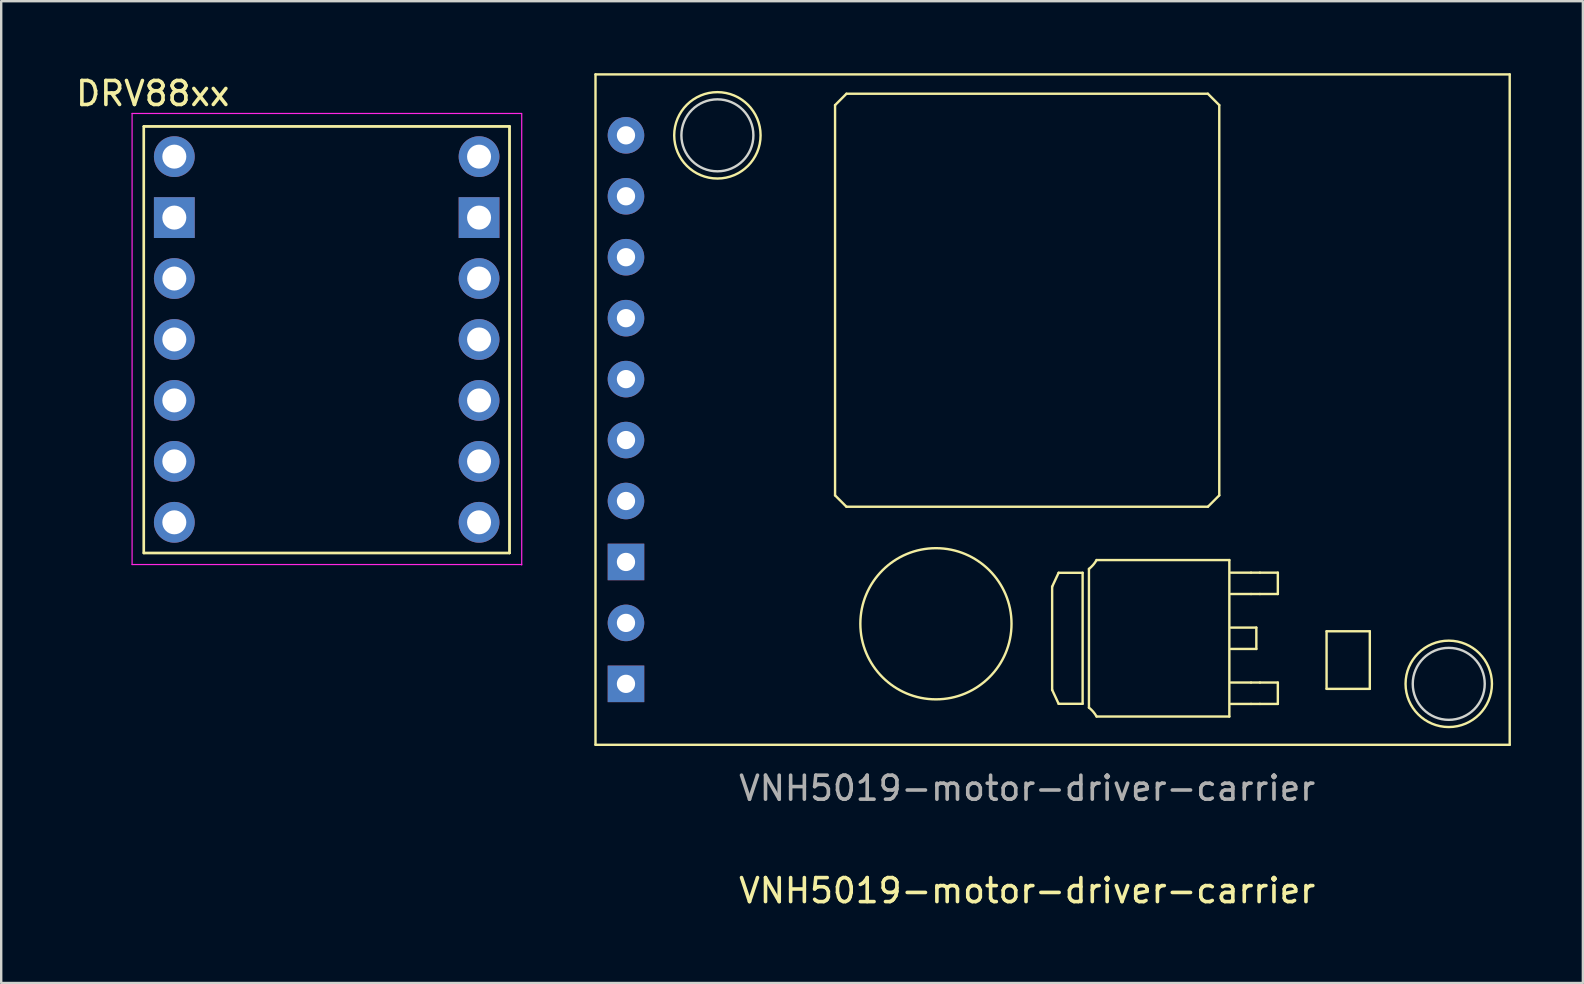
<source format=kicad_pcb>
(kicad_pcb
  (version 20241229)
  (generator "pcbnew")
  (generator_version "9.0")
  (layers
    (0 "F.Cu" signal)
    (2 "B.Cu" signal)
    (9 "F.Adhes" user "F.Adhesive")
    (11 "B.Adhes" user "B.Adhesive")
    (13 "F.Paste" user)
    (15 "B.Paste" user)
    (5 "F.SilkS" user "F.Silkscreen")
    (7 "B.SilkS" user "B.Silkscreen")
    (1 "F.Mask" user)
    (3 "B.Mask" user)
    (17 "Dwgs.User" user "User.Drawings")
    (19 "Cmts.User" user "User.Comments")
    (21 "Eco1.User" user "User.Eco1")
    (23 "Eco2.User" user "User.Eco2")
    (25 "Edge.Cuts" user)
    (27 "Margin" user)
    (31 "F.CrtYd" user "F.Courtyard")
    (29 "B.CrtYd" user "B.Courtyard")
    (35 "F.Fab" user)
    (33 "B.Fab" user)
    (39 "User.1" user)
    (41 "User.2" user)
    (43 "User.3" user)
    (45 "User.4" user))
  (footprint "DRV88xx"
    (layer "F.Cu")
    (at 10.565 11.098)
    (property "Reference" "DRV88xx" (at -7.25 -10.25 0) (unlocked yes) (layer "F.SilkS") (effects (font (size 1 1) (thickness 0.15))))
    (attr through_hole)
    (fp_line (start -7.62 -8.88) (end -7.62 8.9) (stroke (width 0.1) (type solid)) (layer "F.SilkS"))
    (fp_line (start -7.62 -8.88) (end 7.62 -8.88) (stroke (width 0.1) (type solid)) (layer "F.SilkS"))
    (fp_line (start -7.62 8.9) (end -7.62 -8.88) (stroke (width 0.1) (type solid)) (layer "F.SilkS"))
    (fp_line (start -7.62 8.9) (end 7.62 8.9) (stroke (width 0.1) (type solid)) (layer "F.SilkS"))
    (fp_line (start 7.62 -8.88) (end -7.62 -8.88) (stroke (width 0.1) (type solid)) (layer "F.SilkS"))
    (fp_line (start 7.62 -8.88) (end 7.62 8.9) (stroke (width 0.1) (type solid)) (layer "F.SilkS"))
    (fp_line (start 7.62 8.9) (end -7.62 8.9) (stroke (width 0.1) (type solid)) (layer "F.SilkS"))
    (fp_line (start 7.62 8.9) (end 7.62 -8.88) (stroke (width 0.1) (type solid)) (layer "F.SilkS"))
    (fp_circle (center -6.35 -7.61) (end -5.842 -7.61) (stroke (width 0.1) (type solid)) (fill no) (layer "Eco1.User"))
    (fp_circle (center -6.35 -5.07) (end -5.842 -5.07) (stroke (width 0.1) (type solid)) (fill no) (layer "Eco1.User"))
    (fp_circle (center -6.35 -2.53) (end -5.842 -2.53) (stroke (width 0.1) (type solid)) (fill no) (layer "Eco1.User"))
    (fp_circle (center -6.35 0.01) (end -5.842 0.01) (stroke (width 0.1) (type solid)) (fill no) (layer "Eco1.User"))
    (fp_circle (center -6.35 2.55) (end -5.842 2.55) (stroke (width 0.1) (type solid)) (fill no) (layer "Eco1.User"))
    (fp_circle (center -6.35 5.09) (end -5.842 5.09) (stroke (width 0.1) (type solid)) (fill no) (layer "Eco1.User"))
    (fp_circle (center -6.35 7.63) (end -5.842 7.63) (stroke (width 0.1) (type solid)) (fill no) (layer "Eco1.User"))
    (fp_circle (center 6.35 -7.61) (end 6.858 -7.61) (stroke (width 0.1) (type solid)) (fill no) (layer "Eco1.User"))
    (fp_circle (center 6.35 -5.07) (end 6.858 -5.07) (stroke (width 0.1) (type solid)) (fill no) (layer "Eco1.User"))
    (fp_circle (center 6.35 -2.53) (end 6.858 -2.53) (stroke (width 0.1) (type solid)) (fill no) (layer "Eco1.User"))
    (fp_circle (center 6.35 0.01) (end 6.858 0.01) (stroke (width 0.1) (type solid)) (fill no) (layer "Eco1.User"))
    (fp_circle (center 6.35 2.55) (end 6.858 2.55) (stroke (width 0.1) (type solid)) (fill no) (layer "Eco1.User"))
    (fp_circle (center 6.35 5.09) (end 6.858 5.09) (stroke (width 0.1) (type solid)) (fill no) (layer "Eco1.User"))
    (fp_circle (center 6.35 7.63) (end 6.858 7.63) (stroke (width 0.1) (type solid)) (fill no) (layer "Eco1.User"))
    (fp_line (start -8.11 -9.42) (end -8.11 9.38) (stroke (width 0.05) (type solid)) (layer "F.CrtYd"))
    (fp_line (start -8.11 9.38) (end 8.128 9.38) (stroke (width 0.05) (type solid)) (layer "F.CrtYd"))
    (fp_line (start 8.128 -9.42) (end -8.11 -9.42) (stroke (width 0.05) (type solid)) (layer "F.CrtYd"))
    (fp_line (start 8.128 9.398) (end 8.128 -9.402) (stroke (width 0.05) (type solid)) (layer "F.CrtYd"))
    (pad "1" thru_hole oval (at -6.35 -7.62) (size 1.7 1.7) (drill 1) (layers "*.Cu" "*.Mask"))
    (pad "2" thru_hole rect (at -6.35 -5.08) (size 1.7 1.7) (drill 1) (layers "*.Cu" "*.Mask"))
    (pad "3" thru_hole oval (at -6.35 -2.54) (size 1.7 1.7) (drill 1) (layers "*.Cu" "*.Mask"))
    (pad "4" thru_hole oval (at -6.35 0) (size 1.7 1.7) (drill 1) (layers "*.Cu" "*.Mask"))
    (pad "5" thru_hole oval (at -6.35 2.54) (size 1.7 1.7) (drill 1) (layers "*.Cu" "*.Mask"))
    (pad "6" thru_hole oval (at -6.35 5.08) (size 1.7 1.7) (drill 1) (layers "*.Cu" "*.Mask"))
    (pad "7" thru_hole oval (at -6.35 7.62) (size 1.7 1.7) (drill 1) (layers "*.Cu" "*.Mask"))
    (pad "8" thru_hole oval (at 6.35 7.62) (size 1.7 1.7) (drill 1) (layers "*.Cu" "*.Mask"))
    (pad "9" thru_hole oval (at 6.35 5.08) (size 1.7 1.7) (drill 1) (layers "*.Cu" "*.Mask"))
    (pad "10" thru_hole oval (at 6.35 2.54) (size 1.7 1.7) (drill 1) (layers "*.Cu" "*.Mask"))
    (pad "11" thru_hole oval (at 6.35 0) (size 1.7 1.7) (drill 1) (layers "*.Cu" "*.Mask"))
    (pad "12" thru_hole oval (at 6.35 -2.54) (size 1.7 1.7) (drill 1) (layers "*.Cu" "*.Mask"))
    (pad "13" thru_hole rect (at 6.35 -5.08) (size 1.7 1.7) (drill 1) (layers "*.Cu" "*.Mask"))
    (pad "14" thru_hole oval (at 6.35 -7.62) (size 1.7 1.7) (drill 1) (layers "*.Cu" "*.Mask")))
  (footprint "VNH5019-motor-driver-carrier"
    (layer "F.Cu")
    (at 39.758 13.319)
    (property "Reference" "VNH5019-motor-driver-carrier" (at 0 20.75 0) (unlocked yes) (layer "F.SilkS") (effects (font (size 1 1) (thickness 0.15))))
    (attr through_hole)
    (fp_line (start -17.99 -13.269) (end 20.11 -13.269) (stroke (width 0.1) (type solid)) (layer "F.SilkS"))
    (fp_line (start -17.99 14.671) (end -17.99 -13.269) (stroke (width 0.1) (type solid)) (layer "F.SilkS"))
    (fp_line (start -8.006 -11.988) (end -8.006 4.276) (stroke (width 0.1) (type solid)) (layer "F.SilkS"))
    (fp_line (start -8.006 4.276) (end -7.532 4.75) (stroke (width 0.1) (type solid)) (layer "F.SilkS"))
    (fp_line (start -7.532 -12.462) (end -8.006 -11.988) (stroke (width 0.1) (type solid)) (layer "F.SilkS"))
    (fp_line (start -7.532 4.75) (end 7.532 4.75) (stroke (width 0.1) (type solid)) (layer "F.SilkS"))
    (fp_line (start 1.041 8.082) (end 1.041 12.382) (stroke (width 0.1) (type solid)) (layer "F.SilkS"))
    (fp_line (start 1.041 12.382) (end 1.311 12.962) (stroke (width 0.1) (type solid)) (layer "F.SilkS"))
    (fp_line (start 1.311 7.502) (end 1.041 8.082) (stroke (width 0.1) (type solid)) (layer "F.SilkS"))
    (fp_line (start 1.311 12.962) (end 2.311 12.962) (stroke (width 0.1) (type solid)) (layer "F.SilkS"))
    (fp_line (start 2.311 7.502) (end 1.311 7.502) (stroke (width 0.1) (type solid)) (layer "F.SilkS"))
    (fp_line (start 2.311 12.962) (end 2.311 7.502) (stroke (width 0.1) (type solid)) (layer "F.SilkS"))
    (fp_line (start 2.575 13.123) (end 2.575 7.341) (stroke (width 0.1) (type solid)) (layer "F.SilkS"))
    (fp_line (start 2.893 6.972) (end 8.426 6.972) (stroke (width 0.1) (type solid)) (layer "F.SilkS"))
    (fp_line (start 7.532 -12.462) (end -7.532 -12.462) (stroke (width 0.1) (type solid)) (layer "F.SilkS"))
    (fp_line (start 7.532 4.75) (end 8.006 4.276) (stroke (width 0.1) (type solid)) (layer "F.SilkS"))
    (fp_line (start 8.006 -11.988) (end 7.532 -12.462) (stroke (width 0.1) (type solid)) (layer "F.SilkS"))
    (fp_line (start 8.006 4.276) (end 8.006 -11.988) (stroke (width 0.1) (type solid)) (layer "F.SilkS"))
    (fp_line (start 8.426 6.972) (end 8.426 13.493) (stroke (width 0.1) (type solid)) (layer "F.SilkS"))
    (fp_line (start 8.426 13.493) (end 2.893 13.493) (stroke (width 0.1) (type solid)) (layer "F.SilkS"))
    (fp_line (start 9.33 7.497) (end 8.486 7.497) (stroke (width 0.1) (type solid)) (layer "F.SilkS"))
    (fp_line (start 9.33 8.387) (end 8.486 8.387) (stroke (width 0.1) (type solid)) (layer "F.SilkS"))
    (fp_line (start 9.33 8.387) (end 9.7 8.387) (stroke (width 0.1) (type solid)) (layer "F.SilkS"))
    (fp_line (start 9.33 12.077) (end 8.486 12.077) (stroke (width 0.1) (type solid)) (layer "F.SilkS"))
    (fp_line (start 9.33 12.967) (end 8.486 12.967) (stroke (width 0.1) (type solid)) (layer "F.SilkS"))
    (fp_line (start 9.33 12.967) (end 9.7 12.967) (stroke (width 0.1) (type solid)) (layer "F.SilkS"))
    (fp_line (start 9.551 9.787) (end 8.486 9.787) (stroke (width 0.1) (type solid)) (layer "F.SilkS"))
    (fp_line (start 9.551 10.677) (end 8.486 10.677) (stroke (width 0.1) (type solid)) (layer "F.SilkS"))
    (fp_line (start 9.551 10.677) (end 9.551 9.787) (stroke (width 0.1) (type solid)) (layer "F.SilkS"))
    (fp_line (start 9.7 7.497) (end 9.33 7.497) (stroke (width 0.1) (type solid)) (layer "F.SilkS"))
    (fp_line (start 9.7 12.077) (end 9.33 12.077) (stroke (width 0.1) (type solid)) (layer "F.SilkS"))
    (fp_line (start 10.447 7.497) (end 9.7 7.497) (stroke (width 0.1) (type solid)) (layer "F.SilkS"))
    (fp_line (start 10.447 8.387) (end 9.7 8.387) (stroke (width 0.1) (type solid)) (layer "F.SilkS"))
    (fp_line (start 10.447 8.387) (end 10.447 7.497) (stroke (width 0.1) (type solid)) (layer "F.SilkS"))
    (fp_line (start 10.447 12.077) (end 9.7 12.077) (stroke (width 0.1) (type solid)) (layer "F.SilkS"))
    (fp_line (start 10.447 12.967) (end 9.7 12.967) (stroke (width 0.1) (type solid)) (layer "F.SilkS"))
    (fp_line (start 10.447 12.967) (end 10.447 12.077) (stroke (width 0.1) (type solid)) (layer "F.SilkS"))
    (fp_line (start 12.478 9.939) (end 12.478 12.339) (stroke (width 0.1) (type solid)) (layer "F.SilkS"))
    (fp_line (start 12.479 12.339) (end 14.28 12.339) (stroke (width 0.1) (type solid)) (layer "F.SilkS"))
    (fp_line (start 14.28 9.939) (end 12.479 9.939) (stroke (width 0.1) (type solid)) (layer "F.SilkS"))
    (fp_line (start 14.28 12.339) (end 14.28 9.939) (stroke (width 0.1) (type solid)) (layer "F.SilkS"))
    (fp_line (start 20.11 -13.269) (end 20.11 14.671) (stroke (width 0.1) (type solid)) (layer "F.SilkS"))
    (fp_line (start 20.11 14.671) (end -17.99 14.671) (stroke (width 0.1) (type solid)) (layer "F.SilkS"))
    (fp_arc (start 2.575497 13.122874) (mid 2.752076 13.292349) (end 2.892871 13.492546) (stroke (width 0.1) (type solid)) (layer "F.SilkS"))
    (fp_arc (start 2.892871 6.971644) (mid 2.752078 7.171842) (end 2.575497 7.341316) (stroke (width 0.1) (type solid)) (layer "F.SilkS"))
    (fp_circle (center -12.91 -10.729) (end -14.71 -10.729) (stroke (width 0.1) (type solid)) (fill no) (layer "F.SilkS"))
    (fp_circle (center -3.802 9.627) (end -0.652 9.627) (stroke (width 0.1) (type solid)) (fill no) (layer "F.SilkS"))
    (fp_circle (center 17.57 12.131) (end 15.77 12.131) (stroke (width 0.1) (type solid)) (fill no) (layer "F.SilkS"))
    (fp_circle (center -16.72 -10.729) (end -17.228 -10.729) (stroke (width 0.1) (type solid)) (fill no) (layer "Eco1.User"))
    (fp_circle (center -16.72 -8.189) (end -17.228 -8.189) (stroke (width 0.1) (type solid)) (fill no) (layer "Eco1.User"))
    (fp_circle (center -16.72 -5.649) (end -17.228 -5.649) (stroke (width 0.1) (type solid)) (fill no) (layer "Eco1.User"))
    (fp_circle (center -16.72 -3.109) (end -17.228 -3.109) (stroke (width 0.1) (type solid)) (fill no) (layer "Eco1.User"))
    (fp_circle (center -16.72 -0.569) (end -17.228 -0.569) (stroke (width 0.1) (type solid)) (fill no) (layer "Eco1.User"))
    (fp_circle (center -16.72 1.971) (end -17.228 1.971) (stroke (width 0.1) (type solid)) (fill no) (layer "Eco1.User"))
    (fp_circle (center -16.72 4.511) (end -17.228 4.511) (stroke (width 0.1) (type solid)) (fill no) (layer "Eco1.User"))
    (fp_circle (center -16.72 7.051) (end -17.228 7.051) (stroke (width 0.1) (type solid)) (fill no) (layer "Eco1.User"))
    (fp_circle (center -16.72 9.591) (end -17.228 9.591) (stroke (width 0.1) (type solid)) (fill no) (layer "Eco1.User"))
    (fp_circle (center -16.72 12.131) (end -17.228 12.131) (stroke (width 0.1) (type solid)) (fill no) (layer "Eco1.User"))
    (fp_circle (center -12.91 -10.729) (end -14.41 -10.729) (stroke (width 0.1) (type solid)) (fill no) (layer "Edge.Cuts"))
    (fp_circle (center 17.57 12.131) (end 16.07 12.131) (stroke (width 0.1) (type solid)) (fill no) (layer "Edge.Cuts"))
    (fp_text user "${REFERENCE}" (at 0.000001 16.482 0) (unlocked yes) (layer "F.Fab") (effects (font (size 1 1) (thickness 0.15))))
    (pad "1" thru_hole circle (at -16.72 -10.729) (size 1.524 1.524) (drill 0.762) (layers "*.Cu" "*.Mask"))
    (pad "2" thru_hole circle (at -16.72 -8.189) (size 1.524 1.524) (drill 0.762) (layers "*.Cu" "*.Mask"))
    (pad "3" thru_hole circle (at -16.72 -5.649) (size 1.524 1.524) (drill 0.762) (layers "*.Cu" "*.Mask"))
    (pad "4" thru_hole circle (at -16.72 -3.109) (size 1.524 1.524) (drill 0.762) (layers "*.Cu" "*.Mask"))
    (pad "5" thru_hole circle (at -16.72 -0.569) (size 1.524 1.524) (drill 0.762) (layers "*.Cu" "*.Mask"))
    (pad "6" thru_hole circle (at -16.72 1.971) (size 1.524 1.524) (drill 0.762) (layers "*.Cu" "*.Mask"))
    (pad "7" thru_hole circle (at -16.72 4.511) (size 1.524 1.524) (drill 0.762) (layers "*.Cu" "*.Mask"))
    (pad "8" thru_hole rect (at -16.72 7.051) (size 1.524 1.524) (drill 0.762) (layers "*.Cu" "*.Mask"))
    (pad "9" thru_hole circle (at -16.72 9.591) (size 1.524 1.524) (drill 0.762) (layers "*.Cu" "*.Mask"))
    (pad "10" thru_hole rect (at -16.72 12.131) (size 1.524 1.524) (drill 0.762) (layers "*.Cu" "*.Mask")))
  (gr_rect
    (start -3 -3)
    (end 62.918 37.917)
    (stroke (width 0.1) (type default))
    (fill no)
    (layer "Edge.Cuts")))
</source>
